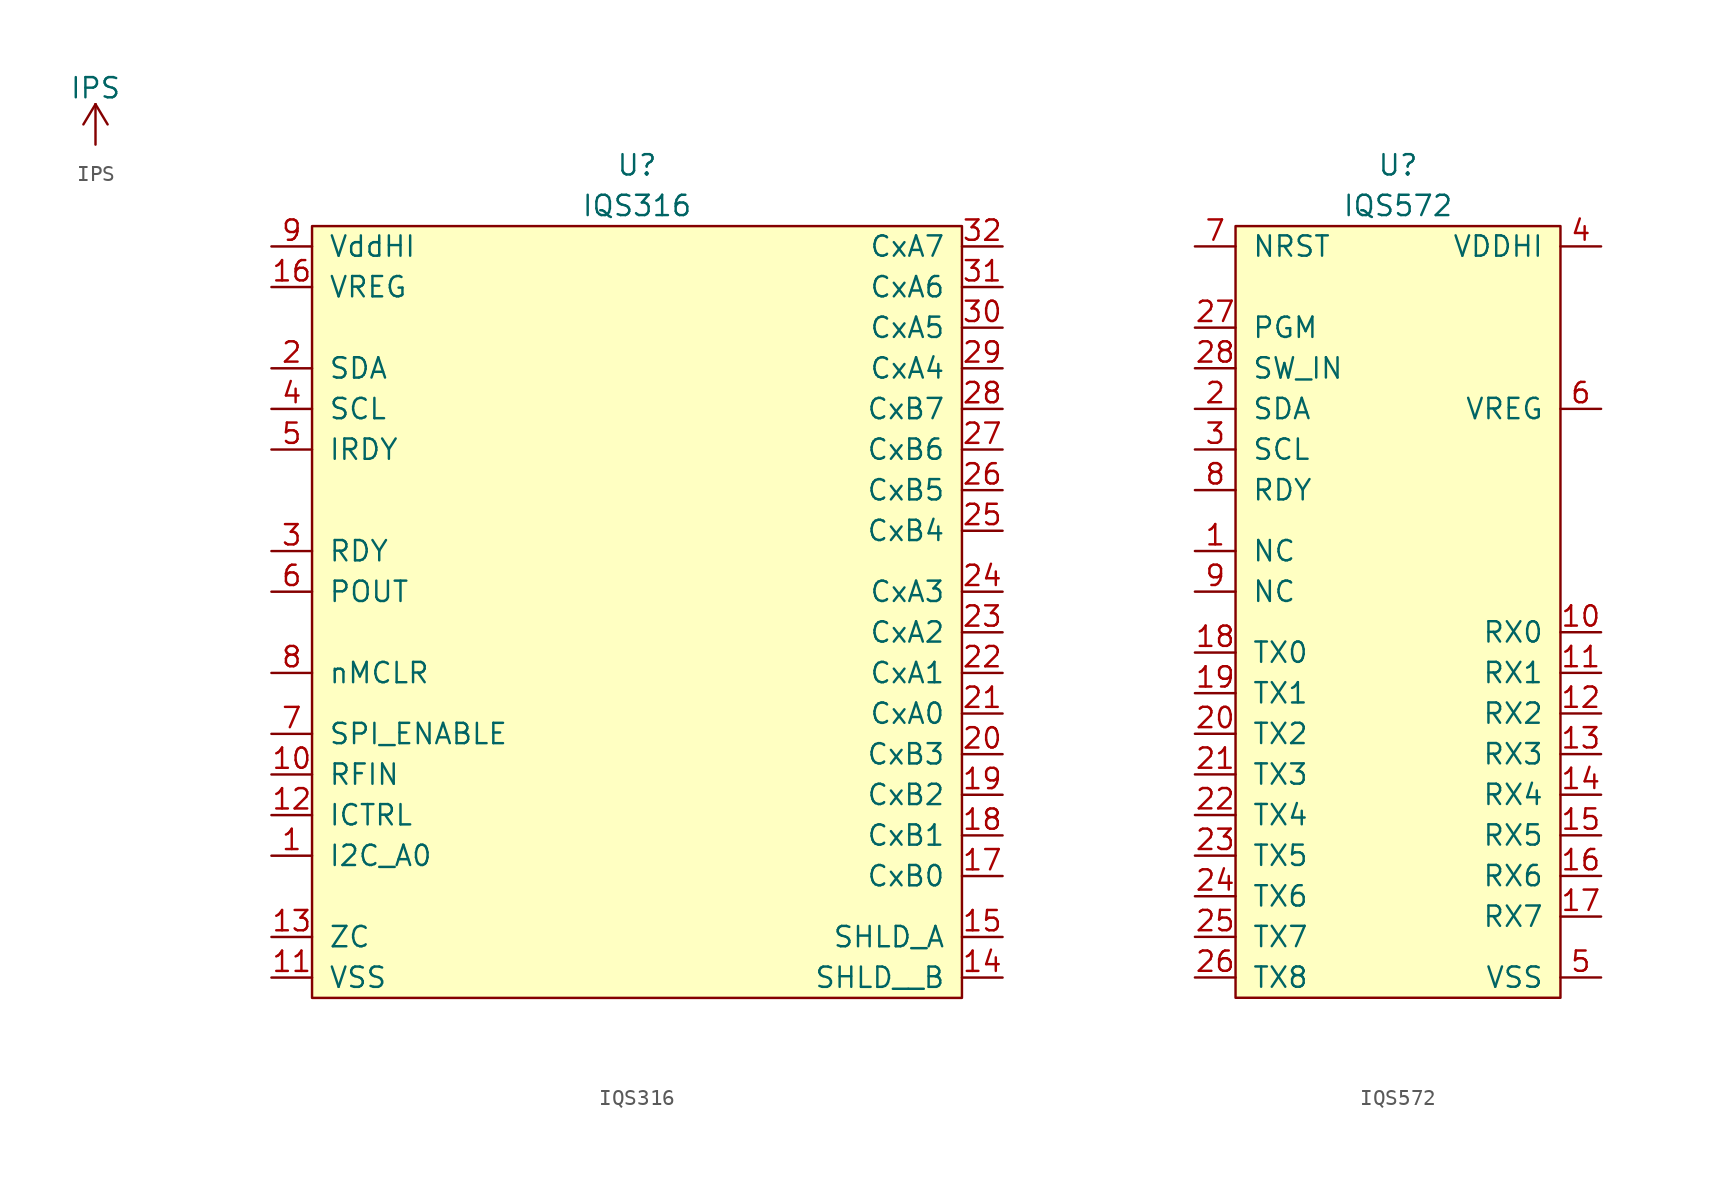
<source format=kicad_sym>
(kicad_symbol_lib
  (version 20231120)
  (generator "kicad_symbol_editor")
  (generator_version "8.0")
  (symbol "IPS"
    (power)
    (pin_names
      (offset 0))
    (property "Reference" "#PWR"
      (at 0 -2.54 0)
      (effects (font (size 1.27 1.27)) (hide yes)))
    (property "Value" "IPS"
      (at 0 3.556 0)
      (effects (font (size 1.27 1.27))))
    (property "Footprint" ""
      (at 0 0 0)
      (effects (font (size 1.524 1.524))))
    (property "Datasheet" ""
      (at 0 0 0)
      (effects (font (size 1.524 1.524))))
    (symbol "IPS_0_1"
      (polyline (pts (xy -0.762 1.27) (xy 0 2.54)) (stroke (width 0) (type solid)) (fill (type none)))
      (polyline (pts (xy 0 0) (xy 0 2.54)) (stroke (width 0) (type solid)) (fill (type none)))
      (polyline (pts (xy 0 2.54) (xy 0.762 1.27)) (stroke (width 0) (type solid)) (fill (type none))))
    (symbol "IPS_1_1"
      (pin power_in line (at 0 0 90) (length 0) hide (name "IPS" (effects (font (size 1.27 1.27)))) (number "1" (effects (font (size 1.27 1.27)))))))
  (symbol "IQS316"
    (pin_names
      (offset 1.016))
    (property "Reference" "U"
      (at 0 27.94 0)
      (effects (font (size 1.27 1.27))))
    (property "Value" "IQS316"
      (at 0 25.4 0)
      (effects (font (size 1.27 1.27))))
    (symbol "IQS316_0_1"
      (rectangle (start -20.32 24.13) (end 20.32 -24.13) (stroke (width 0) (type solid)) (fill (type background))))
    (symbol "IQS316_1_1"
      (pin input line (at -22.86 -15.24 0) (length 2.54) (name "I2C_A0" (effects (font (size 1.27 1.27)))) (number "1" (effects (font (size 1.27 1.27)))))
      (pin input line (at -22.86 -10.16 0) (length 2.54) (name "RFIN" (effects (font (size 1.27 1.27)))) (number "10" (effects (font (size 1.27 1.27)))))
      (pin input line (at -22.86 -22.86 0) (length 2.54) (name "VSS" (effects (font (size 1.27 1.27)))) (number "11" (effects (font (size 1.27 1.27)))))
      (pin input line (at -22.86 -12.7 0) (length 2.54) (name "ICTRL" (effects (font (size 1.27 1.27)))) (number "12" (effects (font (size 1.27 1.27)))))
      (pin input line (at -22.86 -20.32 0) (length 2.54) (name "ZC" (effects (font (size 1.27 1.27)))) (number "13" (effects (font (size 1.27 1.27)))))
      (pin input line (at 22.86 -22.86 180) (length 2.54) (name "SHLD__B" (effects (font (size 1.27 1.27)))) (number "14" (effects (font (size 1.27 1.27)))))
      (pin input line (at 22.86 -20.32 180) (length 2.54) (name "SHLD_A" (effects (font (size 1.27 1.27)))) (number "15" (effects (font (size 1.27 1.27)))))
      (pin input line (at -22.86 20.32 0) (length 2.54) (name "VREG" (effects (font (size 1.27 1.27)))) (number "16" (effects (font (size 1.27 1.27)))))
      (pin input line (at 22.86 -16.51 180) (length 2.54) (name "CxB0" (effects (font (size 1.27 1.27)))) (number "17" (effects (font (size 1.27 1.27)))))
      (pin input line (at 22.86 -13.97 180) (length 2.54) (name "CxB1" (effects (font (size 1.27 1.27)))) (number "18" (effects (font (size 1.27 1.27)))))
      (pin input line (at 22.86 -11.43 180) (length 2.54) (name "CxB2" (effects (font (size 1.27 1.27)))) (number "19" (effects (font (size 1.27 1.27)))))
      (pin input line (at -22.86 15.24 0) (length 2.54) (name "SDA" (effects (font (size 1.27 1.27)))) (number "2" (effects (font (size 1.27 1.27)))))
      (pin input line (at 22.86 -8.89 180) (length 2.54) (name "CxB3" (effects (font (size 1.27 1.27)))) (number "20" (effects (font (size 1.27 1.27)))))
      (pin input line (at 22.86 -6.35 180) (length 2.54) (name "CxA0" (effects (font (size 1.27 1.27)))) (number "21" (effects (font (size 1.27 1.27)))))
      (pin input line (at 22.86 -3.81 180) (length 2.54) (name "CxA1" (effects (font (size 1.27 1.27)))) (number "22" (effects (font (size 1.27 1.27)))))
      (pin input line (at 22.86 -1.27 180) (length 2.54) (name "CxA2" (effects (font (size 1.27 1.27)))) (number "23" (effects (font (size 1.27 1.27)))))
      (pin input line (at 22.86 1.27 180) (length 2.54) (name "CxA3" (effects (font (size 1.27 1.27)))) (number "24" (effects (font (size 1.27 1.27)))))
      (pin input line (at 22.86 5.08 180) (length 2.54) (name "CxB4" (effects (font (size 1.27 1.27)))) (number "25" (effects (font (size 1.27 1.27)))))
      (pin input line (at 22.86 7.62 180) (length 2.54) (name "CxB5" (effects (font (size 1.27 1.27)))) (number "26" (effects (font (size 1.27 1.27)))))
      (pin input line (at 22.86 10.16 180) (length 2.54) (name "CxB6" (effects (font (size 1.27 1.27)))) (number "27" (effects (font (size 1.27 1.27)))))
      (pin input line (at 22.86 12.7 180) (length 2.54) (name "CxB7" (effects (font (size 1.27 1.27)))) (number "28" (effects (font (size 1.27 1.27)))))
      (pin input line (at 22.86 15.24 180) (length 2.54) (name "CxA4" (effects (font (size 1.27 1.27)))) (number "29" (effects (font (size 1.27 1.27)))))
      (pin input line (at -22.86 3.81 0) (length 2.54) (name "RDY" (effects (font (size 1.27 1.27)))) (number "3" (effects (font (size 1.27 1.27)))))
      (pin input line (at 22.86 17.78 180) (length 2.54) (name "CxA5" (effects (font (size 1.27 1.27)))) (number "30" (effects (font (size 1.27 1.27)))))
      (pin input line (at 22.86 20.32 180) (length 2.54) (name "CxA6" (effects (font (size 1.27 1.27)))) (number "31" (effects (font (size 1.27 1.27)))))
      (pin input line (at 22.86 22.86 180) (length 2.54) (name "CxA7" (effects (font (size 1.27 1.27)))) (number "32" (effects (font (size 1.27 1.27)))))
      (pin input line (at -22.86 -22.86 0) (length 2.54) hide (name "GND" (effects (font (size 1.27 1.27)))) (number "33" (effects (font (size 1.27 1.27)))))
      (pin input line (at -22.86 12.7 0) (length 2.54) (name "SCL" (effects (font (size 1.27 1.27)))) (number "4" (effects (font (size 1.27 1.27)))))
      (pin input line (at -22.86 10.16 0) (length 2.54) (name "IRDY" (effects (font (size 1.27 1.27)))) (number "5" (effects (font (size 1.27 1.27)))))
      (pin input line (at -22.86 1.27 0) (length 2.54) (name "POUT" (effects (font (size 1.27 1.27)))) (number "6" (effects (font (size 1.27 1.27)))))
      (pin input line (at -22.86 -7.62 0) (length 2.54) (name "SPI_ENABLE" (effects (font (size 1.27 1.27)))) (number "7" (effects (font (size 1.27 1.27)))))
      (pin input line (at -22.86 -3.81 0) (length 2.54) (name "nMCLR" (effects (font (size 1.27 1.27)))) (number "8" (effects (font (size 1.27 1.27)))))
      (pin input line (at -22.86 22.86 0) (length 2.54) (name "VddHI" (effects (font (size 1.27 1.27)))) (number "9" (effects (font (size 1.27 1.27)))))))
  (symbol "IQS572"
    (pin_names
      (offset 1.016))
    (property "Reference" "U"
      (at 0 21.59 0)
      (effects (font (size 1.27 1.27))))
    (property "Value" "IQS572"
      (at 0 19.05 0)
      (effects (font (size 1.27 1.27))))
    (symbol "IQS572_0_1"
      (rectangle (start -10.16 17.78) (end 10.16 -30.48) (stroke (width 0) (type solid)) (fill (type background))))
    (symbol "IQS572_1_1"
      (pin input line (at -12.7 -2.54 0) (length 2.54) (name "NC" (effects (font (size 1.27 1.27)))) (number "1" (effects (font (size 1.27 1.27)))))
      (pin input line (at 12.7 -7.62 180) (length 2.54) (name "RX0" (effects (font (size 1.27 1.27)))) (number "10" (effects (font (size 1.27 1.27)))))
      (pin input line (at 12.7 -10.16 180) (length 2.54) (name "RX1" (effects (font (size 1.27 1.27)))) (number "11" (effects (font (size 1.27 1.27)))))
      (pin input line (at 12.7 -12.7 180) (length 2.54) (name "RX2" (effects (font (size 1.27 1.27)))) (number "12" (effects (font (size 1.27 1.27)))))
      (pin input line (at 12.7 -15.24 180) (length 2.54) (name "RX3" (effects (font (size 1.27 1.27)))) (number "13" (effects (font (size 1.27 1.27)))))
      (pin input line (at 12.7 -17.78 180) (length 2.54) (name "RX4" (effects (font (size 1.27 1.27)))) (number "14" (effects (font (size 1.27 1.27)))))
      (pin input line (at 12.7 -20.32 180) (length 2.54) (name "RX5" (effects (font (size 1.27 1.27)))) (number "15" (effects (font (size 1.27 1.27)))))
      (pin input line (at 12.7 -22.86 180) (length 2.54) (name "RX6" (effects (font (size 1.27 1.27)))) (number "16" (effects (font (size 1.27 1.27)))))
      (pin input line (at 12.7 -25.4 180) (length 2.54) (name "RX7" (effects (font (size 1.27 1.27)))) (number "17" (effects (font (size 1.27 1.27)))))
      (pin input line (at -12.7 -8.89 0) (length 2.54) (name "TX0" (effects (font (size 1.27 1.27)))) (number "18" (effects (font (size 1.27 1.27)))))
      (pin input line (at -12.7 -11.43 0) (length 2.54) (name "TX1" (effects (font (size 1.27 1.27)))) (number "19" (effects (font (size 1.27 1.27)))))
      (pin input line (at -12.7 6.35 0) (length 2.54) (name "SDA" (effects (font (size 1.27 1.27)))) (number "2" (effects (font (size 1.27 1.27)))))
      (pin input line (at -12.7 -13.97 0) (length 2.54) (name "TX2" (effects (font (size 1.27 1.27)))) (number "20" (effects (font (size 1.27 1.27)))))
      (pin input line (at -12.7 -16.51 0) (length 2.54) (name "TX3" (effects (font (size 1.27 1.27)))) (number "21" (effects (font (size 1.27 1.27)))))
      (pin input line (at -12.7 -19.05 0) (length 2.54) (name "TX4" (effects (font (size 1.27 1.27)))) (number "22" (effects (font (size 1.27 1.27)))))
      (pin input line (at -12.7 -21.59 0) (length 2.54) (name "TX5" (effects (font (size 1.27 1.27)))) (number "23" (effects (font (size 1.27 1.27)))))
      (pin input line (at -12.7 -24.13 0) (length 2.54) (name "TX6" (effects (font (size 1.27 1.27)))) (number "24" (effects (font (size 1.27 1.27)))))
      (pin input line (at -12.7 -26.67 0) (length 2.54) (name "TX7" (effects (font (size 1.27 1.27)))) (number "25" (effects (font (size 1.27 1.27)))))
      (pin input line (at -12.7 -29.21 0) (length 2.54) (name "TX8" (effects (font (size 1.27 1.27)))) (number "26" (effects (font (size 1.27 1.27)))))
      (pin input line (at -12.7 11.43 0) (length 2.54) (name "PGM" (effects (font (size 1.27 1.27)))) (number "27" (effects (font (size 1.27 1.27)))))
      (pin input line (at -12.7 8.89 0) (length 2.54) (name "SW_IN" (effects (font (size 1.27 1.27)))) (number "28" (effects (font (size 1.27 1.27)))))
      (pin input line (at -12.7 3.81 0) (length 2.54) (name "SCL" (effects (font (size 1.27 1.27)))) (number "3" (effects (font (size 1.27 1.27)))))
      (pin input line (at 12.7 16.51 180) (length 2.54) (name "VDDHI" (effects (font (size 1.27 1.27)))) (number "4" (effects (font (size 1.27 1.27)))))
      (pin input line (at 12.7 -29.21 180) (length 2.54) (name "VSS" (effects (font (size 1.27 1.27)))) (number "5" (effects (font (size 1.27 1.27)))))
      (pin input line (at 12.7 6.35 180) (length 2.54) (name "VREG" (effects (font (size 1.27 1.27)))) (number "6" (effects (font (size 1.27 1.27)))))
      (pin input line (at -12.7 16.51 0) (length 2.54) (name "NRST" (effects (font (size 1.27 1.27)))) (number "7" (effects (font (size 1.27 1.27)))))
      (pin input line (at -12.7 1.27 0) (length 2.54) (name "RDY" (effects (font (size 1.27 1.27)))) (number "8" (effects (font (size 1.27 1.27)))))
      (pin input line (at -12.7 -5.08 0) (length 2.54) (name "NC" (effects (font (size 1.27 1.27)))) (number "9" (effects (font (size 1.27 1.27))))))))
</source>
